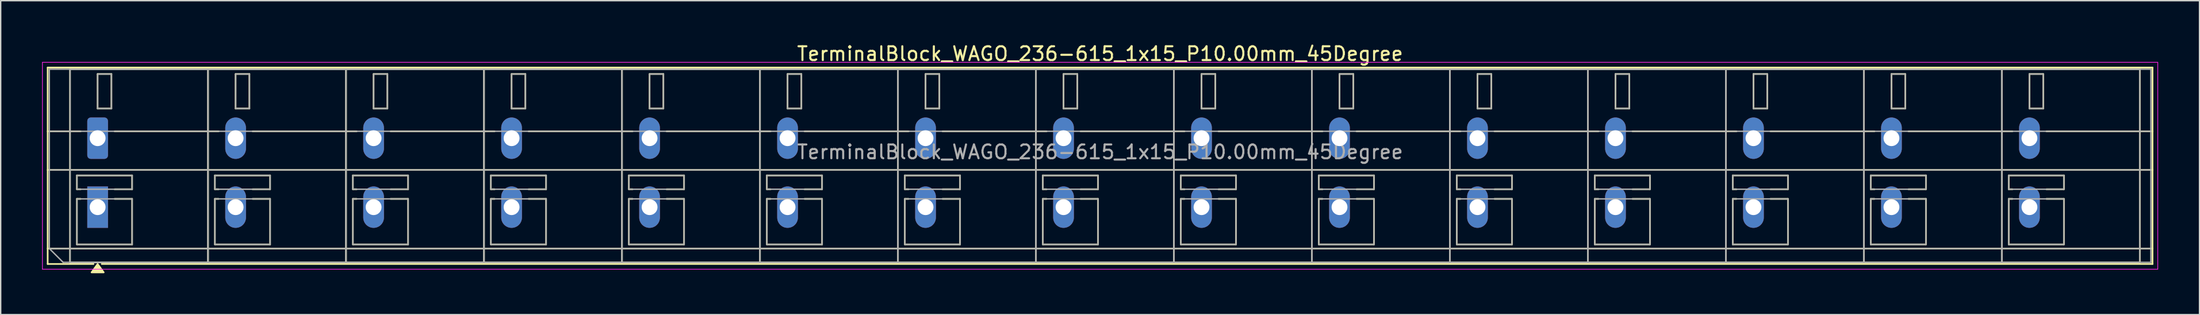
<source format=kicad_pcb>
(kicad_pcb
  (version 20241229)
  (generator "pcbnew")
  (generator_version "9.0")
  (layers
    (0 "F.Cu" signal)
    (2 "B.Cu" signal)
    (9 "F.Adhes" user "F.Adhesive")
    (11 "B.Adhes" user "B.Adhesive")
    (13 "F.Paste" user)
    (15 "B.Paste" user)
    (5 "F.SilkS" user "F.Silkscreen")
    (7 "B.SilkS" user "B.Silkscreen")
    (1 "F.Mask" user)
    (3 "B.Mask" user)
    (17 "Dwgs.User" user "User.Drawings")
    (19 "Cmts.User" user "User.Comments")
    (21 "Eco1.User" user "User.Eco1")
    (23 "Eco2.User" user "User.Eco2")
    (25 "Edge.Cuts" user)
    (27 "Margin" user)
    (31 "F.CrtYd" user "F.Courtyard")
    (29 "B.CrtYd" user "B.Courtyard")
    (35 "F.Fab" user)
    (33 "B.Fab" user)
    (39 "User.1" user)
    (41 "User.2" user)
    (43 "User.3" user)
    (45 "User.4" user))
  (footprint "TerminalBlock_WAGO_236-615_1x15_P10.00mm_45Degree"
    (layer "F.Cu")
    (at 4.025 6.968)
    (property "Reference" "TerminalBlock_WAGO_236-615_1x15_P10.00mm_45Degree" (at 72.65 -6.12 0) (layer "F.SilkS") (effects (font (size 1 1) (thickness 0.15))))
    (attr through_hole)
    (fp_line (start -3.62 -5.12) (end -3.62 9.12) (stroke (width 0.12) (type solid)) (layer "F.SilkS"))
    (fp_line (start -3.62 -5.12) (end 148.92 -5.12) (stroke (width 0.12) (type solid)) (layer "F.SilkS"))
    (fp_line (start -3.62 -0.5) (end -1.23 -0.5) (stroke (width 0.12) (type solid)) (layer "F.SilkS"))
    (fp_line (start -3.62 2.3) (end 148.92 2.3) (stroke (width 0.12) (type solid)) (layer "F.SilkS"))
    (fp_line (start -3.62 8) (end 148.92 8) (stroke (width 0.12) (type solid)) (layer "F.SilkS"))
    (fp_line (start -3.62 9.12) (end -0.3 9.12) (stroke (width 0.12) (type solid)) (layer "F.SilkS"))
    (fp_line (start -2 -5) (end -2 9) (stroke (width 0.12) (type solid)) (layer "F.SilkS"))
    (fp_line (start -2 -5) (end 8 -5) (stroke (width 0.12) (type solid)) (layer "F.SilkS"))
    (fp_line (start -2 9) (end 8 9) (stroke (width 0.12) (type solid)) (layer "F.SilkS"))
    (fp_line (start -1.5 2.7) (end -1.5 3.7) (stroke (width 0.12) (type solid)) (layer "F.SilkS"))
    (fp_line (start -1.5 2.7) (end 2.5 2.7) (stroke (width 0.12) (type solid)) (layer "F.SilkS"))
    (fp_line (start -1.5 3.7) (end -1.23 3.7) (stroke (width 0.12) (type solid)) (layer "F.SilkS"))
    (fp_line (start -1.5 4.4) (end -1.5 7.7) (stroke (width 0.12) (type solid)) (layer "F.SilkS"))
    (fp_line (start -1.5 4.4) (end -1.23 4.4) (stroke (width 0.12) (type solid)) (layer "F.SilkS"))
    (fp_line (start -1.5 7.7) (end 2.5 7.7) (stroke (width 0.12) (type solid)) (layer "F.SilkS"))
    (fp_line (start 0 -4.65) (end 0 -2.15) (stroke (width 0.12) (type solid)) (layer "F.SilkS"))
    (fp_line (start 0 -4.65) (end 1 -4.65) (stroke (width 0.12) (type solid)) (layer "F.SilkS"))
    (fp_line (start 0 -2.15) (end 1 -2.15) (stroke (width 0.12) (type solid)) (layer "F.SilkS"))
    (fp_line (start 0.3 9.12) (end 148.92 9.12) (stroke (width 0.12) (type solid)) (layer "F.SilkS"))
    (fp_line (start 1 -4.65) (end 1 -2.15) (stroke (width 0.12) (type solid)) (layer "F.SilkS"))
    (fp_line (start 1.23 -0.5) (end 8.77 -0.5) (stroke (width 0.12) (type solid)) (layer "F.SilkS"))
    (fp_line (start 1.23 3.7) (end 2.5 3.7) (stroke (width 0.12) (type solid)) (layer "F.SilkS"))
    (fp_line (start 1.23 4.4) (end 2.5 4.4) (stroke (width 0.12) (type solid)) (layer "F.SilkS"))
    (fp_line (start 2.5 2.7) (end 2.5 3.7) (stroke (width 0.12) (type solid)) (layer "F.SilkS"))
    (fp_line (start 2.5 4.4) (end 2.5 7.7) (stroke (width 0.12) (type solid)) (layer "F.SilkS"))
    (fp_line (start 8 -5) (end 8 9) (stroke (width 0.12) (type solid)) (layer "F.SilkS"))
    (fp_line (start 8 -5) (end 8 9) (stroke (width 0.12) (type solid)) (layer "F.SilkS"))
    (fp_line (start 8 -5) (end 18 -5) (stroke (width 0.12) (type solid)) (layer "F.SilkS"))
    (fp_line (start 8 9) (end 18 9) (stroke (width 0.12) (type solid)) (layer "F.SilkS"))
    (fp_line (start 8.5 2.7) (end 8.5 3.7) (stroke (width 0.12) (type solid)) (layer "F.SilkS"))
    (fp_line (start 8.5 2.7) (end 12.5 2.7) (stroke (width 0.12) (type solid)) (layer "F.SilkS"))
    (fp_line (start 8.5 3.7) (end 8.77 3.7) (stroke (width 0.12) (type solid)) (layer "F.SilkS"))
    (fp_line (start 8.5 4.4) (end 8.5 7.7) (stroke (width 0.12) (type solid)) (layer "F.SilkS"))
    (fp_line (start 8.5 4.4) (end 8.77 4.4) (stroke (width 0.12) (type solid)) (layer "F.SilkS"))
    (fp_line (start 8.5 7.7) (end 12.5 7.7) (stroke (width 0.12) (type solid)) (layer "F.SilkS"))
    (fp_line (start 10 -4.65) (end 10 -2.15) (stroke (width 0.12) (type solid)) (layer "F.SilkS"))
    (fp_line (start 10 -4.65) (end 11 -4.65) (stroke (width 0.12) (type solid)) (layer "F.SilkS"))
    (fp_line (start 10 -2.15) (end 11 -2.15) (stroke (width 0.12) (type solid)) (layer "F.SilkS"))
    (fp_line (start 11 -4.65) (end 11 -2.15) (stroke (width 0.12) (type solid)) (layer "F.SilkS"))
    (fp_line (start 11.23 -0.5) (end 18.77 -0.5) (stroke (width 0.12) (type solid)) (layer "F.SilkS"))
    (fp_line (start 11.23 3.7) (end 12.5 3.7) (stroke (width 0.12) (type solid)) (layer "F.SilkS"))
    (fp_line (start 11.23 4.4) (end 12.5 4.4) (stroke (width 0.12) (type solid)) (layer "F.SilkS"))
    (fp_line (start 12.5 2.7) (end 12.5 3.7) (stroke (width 0.12) (type solid)) (layer "F.SilkS"))
    (fp_line (start 12.5 4.4) (end 12.5 7.7) (stroke (width 0.12) (type solid)) (layer "F.SilkS"))
    (fp_line (start 18 -5) (end 18 9) (stroke (width 0.12) (type solid)) (layer "F.SilkS"))
    (fp_line (start 18 -5) (end 18 9) (stroke (width 0.12) (type solid)) (layer "F.SilkS"))
    (fp_line (start 18 -5) (end 28 -5) (stroke (width 0.12) (type solid)) (layer "F.SilkS"))
    (fp_line (start 18 9) (end 28 9) (stroke (width 0.12) (type solid)) (layer "F.SilkS"))
    (fp_line (start 18.5 2.7) (end 18.5 3.7) (stroke (width 0.12) (type solid)) (layer "F.SilkS"))
    (fp_line (start 18.5 2.7) (end 22.5 2.7) (stroke (width 0.12) (type solid)) (layer "F.SilkS"))
    (fp_line (start 18.5 3.7) (end 18.77 3.7) (stroke (width 0.12) (type solid)) (layer "F.SilkS"))
    (fp_line (start 18.5 4.4) (end 18.5 7.7) (stroke (width 0.12) (type solid)) (layer "F.SilkS"))
    (fp_line (start 18.5 4.4) (end 18.77 4.4) (stroke (width 0.12) (type solid)) (layer "F.SilkS"))
    (fp_line (start 18.5 7.7) (end 22.5 7.7) (stroke (width 0.12) (type solid)) (layer "F.SilkS"))
    (fp_line (start 20 -4.65) (end 20 -2.15) (stroke (width 0.12) (type solid)) (layer "F.SilkS"))
    (fp_line (start 20 -4.65) (end 21 -4.65) (stroke (width 0.12) (type solid)) (layer "F.SilkS"))
    (fp_line (start 20 -2.15) (end 21 -2.15) (stroke (width 0.12) (type solid)) (layer "F.SilkS"))
    (fp_line (start 21 -4.65) (end 21 -2.15) (stroke (width 0.12) (type solid)) (layer "F.SilkS"))
    (fp_line (start 21.23 -0.5) (end 28.77 -0.5) (stroke (width 0.12) (type solid)) (layer "F.SilkS"))
    (fp_line (start 21.23 3.7) (end 22.5 3.7) (stroke (width 0.12) (type solid)) (layer "F.SilkS"))
    (fp_line (start 21.23 4.4) (end 22.5 4.4) (stroke (width 0.12) (type solid)) (layer "F.SilkS"))
    (fp_line (start 22.5 2.7) (end 22.5 3.7) (stroke (width 0.12) (type solid)) (layer "F.SilkS"))
    (fp_line (start 22.5 4.4) (end 22.5 7.7) (stroke (width 0.12) (type solid)) (layer "F.SilkS"))
    (fp_line (start 28 -5) (end 28 9) (stroke (width 0.12) (type solid)) (layer "F.SilkS"))
    (fp_line (start 28 -5) (end 28 9) (stroke (width 0.12) (type solid)) (layer "F.SilkS"))
    (fp_line (start 28 -5) (end 38 -5) (stroke (width 0.12) (type solid)) (layer "F.SilkS"))
    (fp_line (start 28 9) (end 38 9) (stroke (width 0.12) (type solid)) (layer "F.SilkS"))
    (fp_line (start 28.5 2.7) (end 28.5 3.7) (stroke (width 0.12) (type solid)) (layer "F.SilkS"))
    (fp_line (start 28.5 2.7) (end 32.5 2.7) (stroke (width 0.12) (type solid)) (layer "F.SilkS"))
    (fp_line (start 28.5 3.7) (end 28.77 3.7) (stroke (width 0.12) (type solid)) (layer "F.SilkS"))
    (fp_line (start 28.5 4.4) (end 28.5 7.7) (stroke (width 0.12) (type solid)) (layer "F.SilkS"))
    (fp_line (start 28.5 4.4) (end 28.77 4.4) (stroke (width 0.12) (type solid)) (layer "F.SilkS"))
    (fp_line (start 28.5 7.7) (end 32.5 7.7) (stroke (width 0.12) (type solid)) (layer "F.SilkS"))
    (fp_line (start 30 -4.65) (end 30 -2.15) (stroke (width 0.12) (type solid)) (layer "F.SilkS"))
    (fp_line (start 30 -4.65) (end 31 -4.65) (stroke (width 0.12) (type solid)) (layer "F.SilkS"))
    (fp_line (start 30 -2.15) (end 31 -2.15) (stroke (width 0.12) (type solid)) (layer "F.SilkS"))
    (fp_line (start 31 -4.65) (end 31 -2.15) (stroke (width 0.12) (type solid)) (layer "F.SilkS"))
    (fp_line (start 31.23 -0.5) (end 38.77 -0.5) (stroke (width 0.12) (type solid)) (layer "F.SilkS"))
    (fp_line (start 31.23 3.7) (end 32.5 3.7) (stroke (width 0.12) (type solid)) (layer "F.SilkS"))
    (fp_line (start 31.23 4.4) (end 32.5 4.4) (stroke (width 0.12) (type solid)) (layer "F.SilkS"))
    (fp_line (start 32.5 2.7) (end 32.5 3.7) (stroke (width 0.12) (type solid)) (layer "F.SilkS"))
    (fp_line (start 32.5 4.4) (end 32.5 7.7) (stroke (width 0.12) (type solid)) (layer "F.SilkS"))
    (fp_line (start 38 -5) (end 38 9) (stroke (width 0.12) (type solid)) (layer "F.SilkS"))
    (fp_line (start 38 -5) (end 38 9) (stroke (width 0.12) (type solid)) (layer "F.SilkS"))
    (fp_line (start 38 -5) (end 48 -5) (stroke (width 0.12) (type solid)) (layer "F.SilkS"))
    (fp_line (start 38 9) (end 48 9) (stroke (width 0.12) (type solid)) (layer "F.SilkS"))
    (fp_line (start 38.5 2.7) (end 38.5 3.7) (stroke (width 0.12) (type solid)) (layer "F.SilkS"))
    (fp_line (start 38.5 2.7) (end 42.5 2.7) (stroke (width 0.12) (type solid)) (layer "F.SilkS"))
    (fp_line (start 38.5 3.7) (end 38.77 3.7) (stroke (width 0.12) (type solid)) (layer "F.SilkS"))
    (fp_line (start 38.5 4.4) (end 38.5 7.7) (stroke (width 0.12) (type solid)) (layer "F.SilkS"))
    (fp_line (start 38.5 4.4) (end 38.77 4.4) (stroke (width 0.12) (type solid)) (layer "F.SilkS"))
    (fp_line (start 38.5 7.7) (end 42.5 7.7) (stroke (width 0.12) (type solid)) (layer "F.SilkS"))
    (fp_line (start 40 -4.65) (end 40 -2.15) (stroke (width 0.12) (type solid)) (layer "F.SilkS"))
    (fp_line (start 40 -4.65) (end 41 -4.65) (stroke (width 0.12) (type solid)) (layer "F.SilkS"))
    (fp_line (start 40 -2.15) (end 41 -2.15) (stroke (width 0.12) (type solid)) (layer "F.SilkS"))
    (fp_line (start 41 -4.65) (end 41 -2.15) (stroke (width 0.12) (type solid)) (layer "F.SilkS"))
    (fp_line (start 41.23 -0.5) (end 48.77 -0.5) (stroke (width 0.12) (type solid)) (layer "F.SilkS"))
    (fp_line (start 41.23 3.7) (end 42.5 3.7) (stroke (width 0.12) (type solid)) (layer "F.SilkS"))
    (fp_line (start 41.23 4.4) (end 42.5 4.4) (stroke (width 0.12) (type solid)) (layer "F.SilkS"))
    (fp_line (start 42.5 2.7) (end 42.5 3.7) (stroke (width 0.12) (type solid)) (layer "F.SilkS"))
    (fp_line (start 42.5 4.4) (end 42.5 7.7) (stroke (width 0.12) (type solid)) (layer "F.SilkS"))
    (fp_line (start 48 -5) (end 48 9) (stroke (width 0.12) (type solid)) (layer "F.SilkS"))
    (fp_line (start 48 -5) (end 48 9) (stroke (width 0.12) (type solid)) (layer "F.SilkS"))
    (fp_line (start 48 -5) (end 58 -5) (stroke (width 0.12) (type solid)) (layer "F.SilkS"))
    (fp_line (start 48 9) (end 58 9) (stroke (width 0.12) (type solid)) (layer "F.SilkS"))
    (fp_line (start 48.5 2.7) (end 48.5 3.7) (stroke (width 0.12) (type solid)) (layer "F.SilkS"))
    (fp_line (start 48.5 2.7) (end 52.5 2.7) (stroke (width 0.12) (type solid)) (layer "F.SilkS"))
    (fp_line (start 48.5 3.7) (end 48.77 3.7) (stroke (width 0.12) (type solid)) (layer "F.SilkS"))
    (fp_line (start 48.5 4.4) (end 48.5 7.7) (stroke (width 0.12) (type solid)) (layer "F.SilkS"))
    (fp_line (start 48.5 4.4) (end 48.77 4.4) (stroke (width 0.12) (type solid)) (layer "F.SilkS"))
    (fp_line (start 48.5 7.7) (end 52.5 7.7) (stroke (width 0.12) (type solid)) (layer "F.SilkS"))
    (fp_line (start 50 -4.65) (end 50 -2.15) (stroke (width 0.12) (type solid)) (layer "F.SilkS"))
    (fp_line (start 50 -4.65) (end 51 -4.65) (stroke (width 0.12) (type solid)) (layer "F.SilkS"))
    (fp_line (start 50 -2.15) (end 51 -2.15) (stroke (width 0.12) (type solid)) (layer "F.SilkS"))
    (fp_line (start 51 -4.65) (end 51 -2.15) (stroke (width 0.12) (type solid)) (layer "F.SilkS"))
    (fp_line (start 51.23 -0.5) (end 58.77 -0.5) (stroke (width 0.12) (type solid)) (layer "F.SilkS"))
    (fp_line (start 51.23 3.7) (end 52.5 3.7) (stroke (width 0.12) (type solid)) (layer "F.SilkS"))
    (fp_line (start 51.23 4.4) (end 52.5 4.4) (stroke (width 0.12) (type solid)) (layer "F.SilkS"))
    (fp_line (start 52.5 2.7) (end 52.5 3.7) (stroke (width 0.12) (type solid)) (layer "F.SilkS"))
    (fp_line (start 52.5 4.4) (end 52.5 7.7) (stroke (width 0.12) (type solid)) (layer "F.SilkS"))
    (fp_line (start 58 -5) (end 58 9) (stroke (width 0.12) (type solid)) (layer "F.SilkS"))
    (fp_line (start 58 -5) (end 58 9) (stroke (width 0.12) (type solid)) (layer "F.SilkS"))
    (fp_line (start 58 -5) (end 68 -5) (stroke (width 0.12) (type solid)) (layer "F.SilkS"))
    (fp_line (start 58 9) (end 68 9) (stroke (width 0.12) (type solid)) (layer "F.SilkS"))
    (fp_line (start 58.5 2.7) (end 58.5 3.7) (stroke (width 0.12) (type solid)) (layer "F.SilkS"))
    (fp_line (start 58.5 2.7) (end 62.5 2.7) (stroke (width 0.12) (type solid)) (layer "F.SilkS"))
    (fp_line (start 58.5 3.7) (end 58.77 3.7) (stroke (width 0.12) (type solid)) (layer "F.SilkS"))
    (fp_line (start 58.5 4.4) (end 58.5 7.7) (stroke (width 0.12) (type solid)) (layer "F.SilkS"))
    (fp_line (start 58.5 4.4) (end 58.77 4.4) (stroke (width 0.12) (type solid)) (layer "F.SilkS"))
    (fp_line (start 58.5 7.7) (end 62.5 7.7) (stroke (width 0.12) (type solid)) (layer "F.SilkS"))
    (fp_line (start 60 -4.65) (end 60 -2.15) (stroke (width 0.12) (type solid)) (layer "F.SilkS"))
    (fp_line (start 60 -4.65) (end 61 -4.65) (stroke (width 0.12) (type solid)) (layer "F.SilkS"))
    (fp_line (start 60 -2.15) (end 61 -2.15) (stroke (width 0.12) (type solid)) (layer "F.SilkS"))
    (fp_line (start 61 -4.65) (end 61 -2.15) (stroke (width 0.12) (type solid)) (layer "F.SilkS"))
    (fp_line (start 61.23 -0.5) (end 68.77 -0.5) (stroke (width 0.12) (type solid)) (layer "F.SilkS"))
    (fp_line (start 61.23 3.7) (end 62.5 3.7) (stroke (width 0.12) (type solid)) (layer "F.SilkS"))
    (fp_line (start 61.23 4.4) (end 62.5 4.4) (stroke (width 0.12) (type solid)) (layer "F.SilkS"))
    (fp_line (start 62.5 2.7) (end 62.5 3.7) (stroke (width 0.12) (type solid)) (layer "F.SilkS"))
    (fp_line (start 62.5 4.4) (end 62.5 7.7) (stroke (width 0.12) (type solid)) (layer "F.SilkS"))
    (fp_line (start 68 -5) (end 68 9) (stroke (width 0.12) (type solid)) (layer "F.SilkS"))
    (fp_line (start 68 -5) (end 68 9) (stroke (width 0.12) (type solid)) (layer "F.SilkS"))
    (fp_line (start 68 -5) (end 78 -5) (stroke (width 0.12) (type solid)) (layer "F.SilkS"))
    (fp_line (start 68 9) (end 78 9) (stroke (width 0.12) (type solid)) (layer "F.SilkS"))
    (fp_line (start 68.5 2.7) (end 68.5 3.7) (stroke (width 0.12) (type solid)) (layer "F.SilkS"))
    (fp_line (start 68.5 2.7) (end 72.5 2.7) (stroke (width 0.12) (type solid)) (layer "F.SilkS"))
    (fp_line (start 68.5 3.7) (end 68.77 3.7) (stroke (width 0.12) (type solid)) (layer "F.SilkS"))
    (fp_line (start 68.5 4.4) (end 68.5 7.7) (stroke (width 0.12) (type solid)) (layer "F.SilkS"))
    (fp_line (start 68.5 4.4) (end 68.77 4.4) (stroke (width 0.12) (type solid)) (layer "F.SilkS"))
    (fp_line (start 68.5 7.7) (end 72.5 7.7) (stroke (width 0.12) (type solid)) (layer "F.SilkS"))
    (fp_line (start 70 -4.65) (end 70 -2.15) (stroke (width 0.12) (type solid)) (layer "F.SilkS"))
    (fp_line (start 70 -4.65) (end 71 -4.65) (stroke (width 0.12) (type solid)) (layer "F.SilkS"))
    (fp_line (start 70 -2.15) (end 71 -2.15) (stroke (width 0.12) (type solid)) (layer "F.SilkS"))
    (fp_line (start 71 -4.65) (end 71 -2.15) (stroke (width 0.12) (type solid)) (layer "F.SilkS"))
    (fp_line (start 71.23 -0.5) (end 78.77 -0.5) (stroke (width 0.12) (type solid)) (layer "F.SilkS"))
    (fp_line (start 71.23 3.7) (end 72.5 3.7) (stroke (width 0.12) (type solid)) (layer "F.SilkS"))
    (fp_line (start 71.23 4.4) (end 72.5 4.4) (stroke (width 0.12) (type solid)) (layer "F.SilkS"))
    (fp_line (start 72.5 2.7) (end 72.5 3.7) (stroke (width 0.12) (type solid)) (layer "F.SilkS"))
    (fp_line (start 72.5 4.4) (end 72.5 7.7) (stroke (width 0.12) (type solid)) (layer "F.SilkS"))
    (fp_line (start 78 -5) (end 78 9) (stroke (width 0.12) (type solid)) (layer "F.SilkS"))
    (fp_line (start 78 -5) (end 78 9) (stroke (width 0.12) (type solid)) (layer "F.SilkS"))
    (fp_line (start 78 -5) (end 88 -5) (stroke (width 0.12) (type solid)) (layer "F.SilkS"))
    (fp_line (start 78 9) (end 88 9) (stroke (width 0.12) (type solid)) (layer "F.SilkS"))
    (fp_line (start 78.5 2.7) (end 78.5 3.7) (stroke (width 0.12) (type solid)) (layer "F.SilkS"))
    (fp_line (start 78.5 2.7) (end 82.5 2.7) (stroke (width 0.12) (type solid)) (layer "F.SilkS"))
    (fp_line (start 78.5 3.7) (end 78.77 3.7) (stroke (width 0.12) (type solid)) (layer "F.SilkS"))
    (fp_line (start 78.5 4.4) (end 78.5 7.7) (stroke (width 0.12) (type solid)) (layer "F.SilkS"))
    (fp_line (start 78.5 4.4) (end 78.77 4.4) (stroke (width 0.12) (type solid)) (layer "F.SilkS"))
    (fp_line (start 78.5 7.7) (end 82.5 7.7) (stroke (width 0.12) (type solid)) (layer "F.SilkS"))
    (fp_line (start 80 -4.65) (end 80 -2.15) (stroke (width 0.12) (type solid)) (layer "F.SilkS"))
    (fp_line (start 80 -4.65) (end 81 -4.65) (stroke (width 0.12) (type solid)) (layer "F.SilkS"))
    (fp_line (start 80 -2.15) (end 81 -2.15) (stroke (width 0.12) (type solid)) (layer "F.SilkS"))
    (fp_line (start 81 -4.65) (end 81 -2.15) (stroke (width 0.12) (type solid)) (layer "F.SilkS"))
    (fp_line (start 81.23 -0.5) (end 88.77 -0.5) (stroke (width 0.12) (type solid)) (layer "F.SilkS"))
    (fp_line (start 81.23 3.7) (end 82.5 3.7) (stroke (width 0.12) (type solid)) (layer "F.SilkS"))
    (fp_line (start 81.23 4.4) (end 82.5 4.4) (stroke (width 0.12) (type solid)) (layer "F.SilkS"))
    (fp_line (start 82.5 2.7) (end 82.5 3.7) (stroke (width 0.12) (type solid)) (layer "F.SilkS"))
    (fp_line (start 82.5 4.4) (end 82.5 7.7) (stroke (width 0.12) (type solid)) (layer "F.SilkS"))
    (fp_line (start 88 -5) (end 88 9) (stroke (width 0.12) (type solid)) (layer "F.SilkS"))
    (fp_line (start 88 -5) (end 88 9) (stroke (width 0.12) (type solid)) (layer "F.SilkS"))
    (fp_line (start 88 -5) (end 98 -5) (stroke (width 0.12) (type solid)) (layer "F.SilkS"))
    (fp_line (start 88 9) (end 98 9) (stroke (width 0.12) (type solid)) (layer "F.SilkS"))
    (fp_line (start 88.5 2.7) (end 88.5 3.7) (stroke (width 0.12) (type solid)) (layer "F.SilkS"))
    (fp_line (start 88.5 2.7) (end 92.5 2.7) (stroke (width 0.12) (type solid)) (layer "F.SilkS"))
    (fp_line (start 88.5 3.7) (end 88.77 3.7) (stroke (width 0.12) (type solid)) (layer "F.SilkS"))
    (fp_line (start 88.5 4.4) (end 88.5 7.7) (stroke (width 0.12) (type solid)) (layer "F.SilkS"))
    (fp_line (start 88.5 4.4) (end 88.77 4.4) (stroke (width 0.12) (type solid)) (layer "F.SilkS"))
    (fp_line (start 88.5 7.7) (end 92.5 7.7) (stroke (width 0.12) (type solid)) (layer "F.SilkS"))
    (fp_line (start 90 -4.65) (end 90 -2.15) (stroke (width 0.12) (type solid)) (layer "F.SilkS"))
    (fp_line (start 90 -4.65) (end 91 -4.65) (stroke (width 0.12) (type solid)) (layer "F.SilkS"))
    (fp_line (start 90 -2.15) (end 91 -2.15) (stroke (width 0.12) (type solid)) (layer "F.SilkS"))
    (fp_line (start 91 -4.65) (end 91 -2.15) (stroke (width 0.12) (type solid)) (layer "F.SilkS"))
    (fp_line (start 91.23 -0.5) (end 98.77 -0.5) (stroke (width 0.12) (type solid)) (layer "F.SilkS"))
    (fp_line (start 91.23 3.7) (end 92.5 3.7) (stroke (width 0.12) (type solid)) (layer "F.SilkS"))
    (fp_line (start 91.23 4.4) (end 92.5 4.4) (stroke (width 0.12) (type solid)) (layer "F.SilkS"))
    (fp_line (start 92.5 2.7) (end 92.5 3.7) (stroke (width 0.12) (type solid)) (layer "F.SilkS"))
    (fp_line (start 92.5 4.4) (end 92.5 7.7) (stroke (width 0.12) (type solid)) (layer "F.SilkS"))
    (fp_line (start 98 -5) (end 98 9) (stroke (width 0.12) (type solid)) (layer "F.SilkS"))
    (fp_line (start 98 -5) (end 98 9) (stroke (width 0.12) (type solid)) (layer "F.SilkS"))
    (fp_line (start 98 -5) (end 108 -5) (stroke (width 0.12) (type solid)) (layer "F.SilkS"))
    (fp_line (start 98 9) (end 108 9) (stroke (width 0.12) (type solid)) (layer "F.SilkS"))
    (fp_line (start 98.5 2.7) (end 98.5 3.7) (stroke (width 0.12) (type solid)) (layer "F.SilkS"))
    (fp_line (start 98.5 2.7) (end 102.5 2.7) (stroke (width 0.12) (type solid)) (layer "F.SilkS"))
    (fp_line (start 98.5 3.7) (end 98.77 3.7) (stroke (width 0.12) (type solid)) (layer "F.SilkS"))
    (fp_line (start 98.5 4.4) (end 98.5 7.7) (stroke (width 0.12) (type solid)) (layer "F.SilkS"))
    (fp_line (start 98.5 4.4) (end 98.77 4.4) (stroke (width 0.12) (type solid)) (layer "F.SilkS"))
    (fp_line (start 98.5 7.7) (end 102.5 7.7) (stroke (width 0.12) (type solid)) (layer "F.SilkS"))
    (fp_line (start 100 -4.65) (end 100 -2.15) (stroke (width 0.12) (type solid)) (layer "F.SilkS"))
    (fp_line (start 100 -4.65) (end 101 -4.65) (stroke (width 0.12) (type solid)) (layer "F.SilkS"))
    (fp_line (start 100 -2.15) (end 101 -2.15) (stroke (width 0.12) (type solid)) (layer "F.SilkS"))
    (fp_line (start 101 -4.65) (end 101 -2.15) (stroke (width 0.12) (type solid)) (layer "F.SilkS"))
    (fp_line (start 101.23 -0.5) (end 108.77 -0.5) (stroke (width 0.12) (type solid)) (layer "F.SilkS"))
    (fp_line (start 101.23 3.7) (end 102.5 3.7) (stroke (width 0.12) (type solid)) (layer "F.SilkS"))
    (fp_line (start 101.23 4.4) (end 102.5 4.4) (stroke (width 0.12) (type solid)) (layer "F.SilkS"))
    (fp_line (start 102.5 2.7) (end 102.5 3.7) (stroke (width 0.12) (type solid)) (layer "F.SilkS"))
    (fp_line (start 102.5 4.4) (end 102.5 7.7) (stroke (width 0.12) (type solid)) (layer "F.SilkS"))
    (fp_line (start 108 -5) (end 108 9) (stroke (width 0.12) (type solid)) (layer "F.SilkS"))
    (fp_line (start 108 -5) (end 108 9) (stroke (width 0.12) (type solid)) (layer "F.SilkS"))
    (fp_line (start 108 -5) (end 118 -5) (stroke (width 0.12) (type solid)) (layer "F.SilkS"))
    (fp_line (start 108 9) (end 118 9) (stroke (width 0.12) (type solid)) (layer "F.SilkS"))
    (fp_line (start 108.5 2.7) (end 108.5 3.7) (stroke (width 0.12) (type solid)) (layer "F.SilkS"))
    (fp_line (start 108.5 2.7) (end 112.5 2.7) (stroke (width 0.12) (type solid)) (layer "F.SilkS"))
    (fp_line (start 108.5 3.7) (end 108.77 3.7) (stroke (width 0.12) (type solid)) (layer "F.SilkS"))
    (fp_line (start 108.5 4.4) (end 108.5 7.7) (stroke (width 0.12) (type solid)) (layer "F.SilkS"))
    (fp_line (start 108.5 4.4) (end 108.77 4.4) (stroke (width 0.12) (type solid)) (layer "F.SilkS"))
    (fp_line (start 108.5 7.7) (end 112.5 7.7) (stroke (width 0.12) (type solid)) (layer "F.SilkS"))
    (fp_line (start 110 -4.65) (end 110 -2.15) (stroke (width 0.12) (type solid)) (layer "F.SilkS"))
    (fp_line (start 110 -4.65) (end 111 -4.65) (stroke (width 0.12) (type solid)) (layer "F.SilkS"))
    (fp_line (start 110 -2.15) (end 111 -2.15) (stroke (width 0.12) (type solid)) (layer "F.SilkS"))
    (fp_line (start 111 -4.65) (end 111 -2.15) (stroke (width 0.12) (type solid)) (layer "F.SilkS"))
    (fp_line (start 111.23 -0.5) (end 118.77 -0.5) (stroke (width 0.12) (type solid)) (layer "F.SilkS"))
    (fp_line (start 111.23 3.7) (end 112.5 3.7) (stroke (width 0.12) (type solid)) (layer "F.SilkS"))
    (fp_line (start 111.23 4.4) (end 112.5 4.4) (stroke (width 0.12) (type solid)) (layer "F.SilkS"))
    (fp_line (start 112.5 2.7) (end 112.5 3.7) (stroke (width 0.12) (type solid)) (layer "F.SilkS"))
    (fp_line (start 112.5 4.4) (end 112.5 7.7) (stroke (width 0.12) (type solid)) (layer "F.SilkS"))
    (fp_line (start 118 -5) (end 118 9) (stroke (width 0.12) (type solid)) (layer "F.SilkS"))
    (fp_line (start 118 -5) (end 118 9) (stroke (width 0.12) (type solid)) (layer "F.SilkS"))
    (fp_line (start 118 -5) (end 128 -5) (stroke (width 0.12) (type solid)) (layer "F.SilkS"))
    (fp_line (start 118 9) (end 128 9) (stroke (width 0.12) (type solid)) (layer "F.SilkS"))
    (fp_line (start 118.5 2.7) (end 118.5 3.7) (stroke (width 0.12) (type solid)) (layer "F.SilkS"))
    (fp_line (start 118.5 2.7) (end 122.5 2.7) (stroke (width 0.12) (type solid)) (layer "F.SilkS"))
    (fp_line (start 118.5 3.7) (end 118.77 3.7) (stroke (width 0.12) (type solid)) (layer "F.SilkS"))
    (fp_line (start 118.5 4.4) (end 118.5 7.7) (stroke (width 0.12) (type solid)) (layer "F.SilkS"))
    (fp_line (start 118.5 4.4) (end 118.77 4.4) (stroke (width 0.12) (type solid)) (layer "F.SilkS"))
    (fp_line (start 118.5 7.7) (end 122.5 7.7) (stroke (width 0.12) (type solid)) (layer "F.SilkS"))
    (fp_line (start 120 -4.65) (end 120 -2.15) (stroke (width 0.12) (type solid)) (layer "F.SilkS"))
    (fp_line (start 120 -4.65) (end 121 -4.65) (stroke (width 0.12) (type solid)) (layer "F.SilkS"))
    (fp_line (start 120 -2.15) (end 121 -2.15) (stroke (width 0.12) (type solid)) (layer "F.SilkS"))
    (fp_line (start 121 -4.65) (end 121 -2.15) (stroke (width 0.12) (type solid)) (layer "F.SilkS"))
    (fp_line (start 121.23 -0.5) (end 128.77 -0.5) (stroke (width 0.12) (type solid)) (layer "F.SilkS"))
    (fp_line (start 121.23 3.7) (end 122.5 3.7) (stroke (width 0.12) (type solid)) (layer "F.SilkS"))
    (fp_line (start 121.23 4.4) (end 122.5 4.4) (stroke (width 0.12) (type solid)) (layer "F.SilkS"))
    (fp_line (start 122.5 2.7) (end 122.5 3.7) (stroke (width 0.12) (type solid)) (layer "F.SilkS"))
    (fp_line (start 122.5 4.4) (end 122.5 7.7) (stroke (width 0.12) (type solid)) (layer "F.SilkS"))
    (fp_line (start 128 -5) (end 128 9) (stroke (width 0.12) (type solid)) (layer "F.SilkS"))
    (fp_line (start 128 -5) (end 128 9) (stroke (width 0.12) (type solid)) (layer "F.SilkS"))
    (fp_line (start 128 -5) (end 138 -5) (stroke (width 0.12) (type solid)) (layer "F.SilkS"))
    (fp_line (start 128 9) (end 138 9) (stroke (width 0.12) (type solid)) (layer "F.SilkS"))
    (fp_line (start 128.5 2.7) (end 128.5 3.7) (stroke (width 0.12) (type solid)) (layer "F.SilkS"))
    (fp_line (start 128.5 2.7) (end 132.5 2.7) (stroke (width 0.12) (type solid)) (layer "F.SilkS"))
    (fp_line (start 128.5 3.7) (end 128.77 3.7) (stroke (width 0.12) (type solid)) (layer "F.SilkS"))
    (fp_line (start 128.5 4.4) (end 128.5 7.7) (stroke (width 0.12) (type solid)) (layer "F.SilkS"))
    (fp_line (start 128.5 4.4) (end 128.77 4.4) (stroke (width 0.12) (type solid)) (layer "F.SilkS"))
    (fp_line (start 128.5 7.7) (end 132.5 7.7) (stroke (width 0.12) (type solid)) (layer "F.SilkS"))
    (fp_line (start 130 -4.65) (end 130 -2.15) (stroke (width 0.12) (type solid)) (layer "F.SilkS"))
    (fp_line (start 130 -4.65) (end 131 -4.65) (stroke (width 0.12) (type solid)) (layer "F.SilkS"))
    (fp_line (start 130 -2.15) (end 131 -2.15) (stroke (width 0.12) (type solid)) (layer "F.SilkS"))
    (fp_line (start 131 -4.65) (end 131 -2.15) (stroke (width 0.12) (type solid)) (layer "F.SilkS"))
    (fp_line (start 131.23 -0.5) (end 138.77 -0.5) (stroke (width 0.12) (type solid)) (layer "F.SilkS"))
    (fp_line (start 131.23 3.7) (end 132.5 3.7) (stroke (width 0.12) (type solid)) (layer "F.SilkS"))
    (fp_line (start 131.23 4.4) (end 132.5 4.4) (stroke (width 0.12) (type solid)) (layer "F.SilkS"))
    (fp_line (start 132.5 2.7) (end 132.5 3.7) (stroke (width 0.12) (type solid)) (layer "F.SilkS"))
    (fp_line (start 132.5 4.4) (end 132.5 7.7) (stroke (width 0.12) (type solid)) (layer "F.SilkS"))
    (fp_line (start 138 -5) (end 138 9) (stroke (width 0.12) (type solid)) (layer "F.SilkS"))
    (fp_line (start 138 -5) (end 138 9) (stroke (width 0.12) (type solid)) (layer "F.SilkS"))
    (fp_line (start 138 -5) (end 148 -5) (stroke (width 0.12) (type solid)) (layer "F.SilkS"))
    (fp_line (start 138 9) (end 148 9) (stroke (width 0.12) (type solid)) (layer "F.SilkS"))
    (fp_line (start 138.5 2.7) (end 138.5 3.7) (stroke (width 0.12) (type solid)) (layer "F.SilkS"))
    (fp_line (start 138.5 2.7) (end 142.5 2.7) (stroke (width 0.12) (type solid)) (layer "F.SilkS"))
    (fp_line (start 138.5 3.7) (end 138.77 3.7) (stroke (width 0.12) (type solid)) (layer "F.SilkS"))
    (fp_line (start 138.5 4.4) (end 138.5 7.7) (stroke (width 0.12) (type solid)) (layer "F.SilkS"))
    (fp_line (start 138.5 4.4) (end 138.77 4.4) (stroke (width 0.12) (type solid)) (layer "F.SilkS"))
    (fp_line (start 138.5 7.7) (end 142.5 7.7) (stroke (width 0.12) (type solid)) (layer "F.SilkS"))
    (fp_line (start 140 -4.65) (end 140 -2.15) (stroke (width 0.12) (type solid)) (layer "F.SilkS"))
    (fp_line (start 140 -4.65) (end 141 -4.65) (stroke (width 0.12) (type solid)) (layer "F.SilkS"))
    (fp_line (start 140 -2.15) (end 141 -2.15) (stroke (width 0.12) (type solid)) (layer "F.SilkS"))
    (fp_line (start 141 -4.65) (end 141 -2.15) (stroke (width 0.12) (type solid)) (layer "F.SilkS"))
    (fp_line (start 141.23 -0.5) (end 148.92 -0.5) (stroke (width 0.12) (type solid)) (layer "F.SilkS"))
    (fp_line (start 141.23 3.7) (end 142.5 3.7) (stroke (width 0.12) (type solid)) (layer "F.SilkS"))
    (fp_line (start 141.23 4.4) (end 142.5 4.4) (stroke (width 0.12) (type solid)) (layer "F.SilkS"))
    (fp_line (start 142.5 2.7) (end 142.5 3.7) (stroke (width 0.12) (type solid)) (layer "F.SilkS"))
    (fp_line (start 142.5 4.4) (end 142.5 7.7) (stroke (width 0.12) (type solid)) (layer "F.SilkS"))
    (fp_line (start 148 -5) (end 148 9) (stroke (width 0.12) (type solid)) (layer "F.SilkS"))
    (fp_line (start 148.92 -5.12) (end 148.92 9.12) (stroke (width 0.12) (type solid)) (layer "F.SilkS"))
    (fp_poly (pts (xy 0 9.12) (xy 0.44 9.73) (xy -0.44 9.73)) (stroke (width 0.12) (type solid)) (fill yes) (layer "F.SilkS"))
    (fp_line (start -4 -5.5) (end -4 9.5) (stroke (width 0.05) (type solid)) (layer "F.CrtYd"))
    (fp_line (start -4 9.5) (end 149.3 9.5) (stroke (width 0.05) (type solid)) (layer "F.CrtYd"))
    (fp_line (start 149.3 -5.5) (end -4 -5.5) (stroke (width 0.05) (type solid)) (layer "F.CrtYd"))
    (fp_line (start 149.3 9.5) (end 149.3 -5.5) (stroke (width 0.05) (type solid)) (layer "F.CrtYd"))
    (fp_line (start -3.5 -5) (end 148.8 -5) (stroke (width 0.1) (type solid)) (layer "F.Fab"))
    (fp_line (start -3.5 -0.5) (end 148.8 -0.5) (stroke (width 0.1) (type solid)) (layer "F.Fab"))
    (fp_line (start -3.5 2.3) (end 148.8 2.3) (stroke (width 0.1) (type solid)) (layer "F.Fab"))
    (fp_line (start -3.5 8) (end -3.5 -5) (stroke (width 0.1) (type solid)) (layer "F.Fab"))
    (fp_line (start -3.5 8) (end 148.8 8) (stroke (width 0.1) (type solid)) (layer "F.Fab"))
    (fp_line (start -2.5 9) (end -3.5 8) (stroke (width 0.1) (type solid)) (layer "F.Fab"))
    (fp_line (start -2 -5) (end -2 9) (stroke (width 0.1) (type solid)) (layer "F.Fab"))
    (fp_line (start -2 9) (end 8 9) (stroke (width 0.1) (type solid)) (layer "F.Fab"))
    (fp_line (start -1.5 2.7) (end -1.5 3.7) (stroke (width 0.1) (type solid)) (layer "F.Fab"))
    (fp_line (start -1.5 3.7) (end 2.5 3.7) (stroke (width 0.1) (type solid)) (layer "F.Fab"))
    (fp_line (start -1.5 4.4) (end -1.5 7.7) (stroke (width 0.1) (type solid)) (layer "F.Fab"))
    (fp_line (start -1.5 7.7) (end 2.5 7.7) (stroke (width 0.1) (type solid)) (layer "F.Fab"))
    (fp_line (start 0 -4.65) (end 0 -2.15) (stroke (width 0.1) (type solid)) (layer "F.Fab"))
    (fp_line (start 0 -2.15) (end 1 -2.15) (stroke (width 0.1) (type solid)) (layer "F.Fab"))
    (fp_line (start 1 -4.65) (end 0 -4.65) (stroke (width 0.1) (type solid)) (layer "F.Fab"))
    (fp_line (start 1 -2.15) (end 1 -4.65) (stroke (width 0.1) (type solid)) (layer "F.Fab"))
    (fp_line (start 2.5 2.7) (end -1.5 2.7) (stroke (width 0.1) (type solid)) (layer "F.Fab"))
    (fp_line (start 2.5 3.7) (end 2.5 2.7) (stroke (width 0.1) (type solid)) (layer "F.Fab"))
    (fp_line (start 2.5 4.4) (end -1.5 4.4) (stroke (width 0.1) (type solid)) (layer "F.Fab"))
    (fp_line (start 2.5 7.7) (end 2.5 4.4) (stroke (width 0.1) (type solid)) (layer "F.Fab"))
    (fp_line (start 8 -5) (end -2 -5) (stroke (width 0.1) (type solid)) (layer "F.Fab"))
    (fp_line (start 8 -5) (end 8 9) (stroke (width 0.1) (type solid)) (layer "F.Fab"))
    (fp_line (start 8 9) (end 8 -5) (stroke (width 0.1) (type solid)) (layer "F.Fab"))
    (fp_line (start 8 9) (end 18 9) (stroke (width 0.1) (type solid)) (layer "F.Fab"))
    (fp_line (start 8.5 2.7) (end 8.5 3.7) (stroke (width 0.1) (type solid)) (layer "F.Fab"))
    (fp_line (start 8.5 3.7) (end 12.5 3.7) (stroke (width 0.1) (type solid)) (layer "F.Fab"))
    (fp_line (start 8.5 4.4) (end 8.5 7.7) (stroke (width 0.1) (type solid)) (layer "F.Fab"))
    (fp_line (start 8.5 7.7) (end 12.5 7.7) (stroke (width 0.1) (type solid)) (layer "F.Fab"))
    (fp_line (start 10 -4.65) (end 10 -2.15) (stroke (width 0.1) (type solid)) (layer "F.Fab"))
    (fp_line (start 10 -2.15) (end 11 -2.15) (stroke (width 0.1) (type solid)) (layer "F.Fab"))
    (fp_line (start 11 -4.65) (end 10 -4.65) (stroke (width 0.1) (type solid)) (layer "F.Fab"))
    (fp_line (start 11 -2.15) (end 11 -4.65) (stroke (width 0.1) (type solid)) (layer "F.Fab"))
    (fp_line (start 12.5 2.7) (end 8.5 2.7) (stroke (width 0.1) (type solid)) (layer "F.Fab"))
    (fp_line (start 12.5 3.7) (end 12.5 2.7) (stroke (width 0.1) (type solid)) (layer "F.Fab"))
    (fp_line (start 12.5 4.4) (end 8.5 4.4) (stroke (width 0.1) (type solid)) (layer "F.Fab"))
    (fp_line (start 12.5 7.7) (end 12.5 4.4) (stroke (width 0.1) (type solid)) (layer "F.Fab"))
    (fp_line (start 18 -5) (end 8 -5) (stroke (width 0.1) (type solid)) (layer "F.Fab"))
    (fp_line (start 18 -5) (end 18 9) (stroke (width 0.1) (type solid)) (layer "F.Fab"))
    (fp_line (start 18 9) (end 18 -5) (stroke (width 0.1) (type solid)) (layer "F.Fab"))
    (fp_line (start 18 9) (end 28 9) (stroke (width 0.1) (type solid)) (layer "F.Fab"))
    (fp_line (start 18.5 2.7) (end 18.5 3.7) (stroke (width 0.1) (type solid)) (layer "F.Fab"))
    (fp_line (start 18.5 3.7) (end 22.5 3.7) (stroke (width 0.1) (type solid)) (layer "F.Fab"))
    (fp_line (start 18.5 4.4) (end 18.5 7.7) (stroke (width 0.1) (type solid)) (layer "F.Fab"))
    (fp_line (start 18.5 7.7) (end 22.5 7.7) (stroke (width 0.1) (type solid)) (layer "F.Fab"))
    (fp_line (start 20 -4.65) (end 20 -2.15) (stroke (width 0.1) (type solid)) (layer "F.Fab"))
    (fp_line (start 20 -2.15) (end 21 -2.15) (stroke (width 0.1) (type solid)) (layer "F.Fab"))
    (fp_line (start 21 -4.65) (end 20 -4.65) (stroke (width 0.1) (type solid)) (layer "F.Fab"))
    (fp_line (start 21 -2.15) (end 21 -4.65) (stroke (width 0.1) (type solid)) (layer "F.Fab"))
    (fp_line (start 22.5 2.7) (end 18.5 2.7) (stroke (width 0.1) (type solid)) (layer "F.Fab"))
    (fp_line (start 22.5 3.7) (end 22.5 2.7) (stroke (width 0.1) (type solid)) (layer "F.Fab"))
    (fp_line (start 22.5 4.4) (end 18.5 4.4) (stroke (width 0.1) (type solid)) (layer "F.Fab"))
    (fp_line (start 22.5 7.7) (end 22.5 4.4) (stroke (width 0.1) (type solid)) (layer "F.Fab"))
    (fp_line (start 28 -5) (end 18 -5) (stroke (width 0.1) (type solid)) (layer "F.Fab"))
    (fp_line (start 28 -5) (end 28 9) (stroke (width 0.1) (type solid)) (layer "F.Fab"))
    (fp_line (start 28 9) (end 28 -5) (stroke (width 0.1) (type solid)) (layer "F.Fab"))
    (fp_line (start 28 9) (end 38 9) (stroke (width 0.1) (type solid)) (layer "F.Fab"))
    (fp_line (start 28.5 2.7) (end 28.5 3.7) (stroke (width 0.1) (type solid)) (layer "F.Fab"))
    (fp_line (start 28.5 3.7) (end 32.5 3.7) (stroke (width 0.1) (type solid)) (layer "F.Fab"))
    (fp_line (start 28.5 4.4) (end 28.5 7.7) (stroke (width 0.1) (type solid)) (layer "F.Fab"))
    (fp_line (start 28.5 7.7) (end 32.5 7.7) (stroke (width 0.1) (type solid)) (layer "F.Fab"))
    (fp_line (start 30 -4.65) (end 30 -2.15) (stroke (width 0.1) (type solid)) (layer "F.Fab"))
    (fp_line (start 30 -2.15) (end 31 -2.15) (stroke (width 0.1) (type solid)) (layer "F.Fab"))
    (fp_line (start 31 -4.65) (end 30 -4.65) (stroke (width 0.1) (type solid)) (layer "F.Fab"))
    (fp_line (start 31 -2.15) (end 31 -4.65) (stroke (width 0.1) (type solid)) (layer "F.Fab"))
    (fp_line (start 32.5 2.7) (end 28.5 2.7) (stroke (width 0.1) (type solid)) (layer "F.Fab"))
    (fp_line (start 32.5 3.7) (end 32.5 2.7) (stroke (width 0.1) (type solid)) (layer "F.Fab"))
    (fp_line (start 32.5 4.4) (end 28.5 4.4) (stroke (width 0.1) (type solid)) (layer "F.Fab"))
    (fp_line (start 32.5 7.7) (end 32.5 4.4) (stroke (width 0.1) (type solid)) (layer "F.Fab"))
    (fp_line (start 38 -5) (end 28 -5) (stroke (width 0.1) (type solid)) (layer "F.Fab"))
    (fp_line (start 38 -5) (end 38 9) (stroke (width 0.1) (type solid)) (layer "F.Fab"))
    (fp_line (start 38 9) (end 38 -5) (stroke (width 0.1) (type solid)) (layer "F.Fab"))
    (fp_line (start 38 9) (end 48 9) (stroke (width 0.1) (type solid)) (layer "F.Fab"))
    (fp_line (start 38.5 2.7) (end 38.5 3.7) (stroke (width 0.1) (type solid)) (layer "F.Fab"))
    (fp_line (start 38.5 3.7) (end 42.5 3.7) (stroke (width 0.1) (type solid)) (layer "F.Fab"))
    (fp_line (start 38.5 4.4) (end 38.5 7.7) (stroke (width 0.1) (type solid)) (layer "F.Fab"))
    (fp_line (start 38.5 7.7) (end 42.5 7.7) (stroke (width 0.1) (type solid)) (layer "F.Fab"))
    (fp_line (start 40 -4.65) (end 40 -2.15) (stroke (width 0.1) (type solid)) (layer "F.Fab"))
    (fp_line (start 40 -2.15) (end 41 -2.15) (stroke (width 0.1) (type solid)) (layer "F.Fab"))
    (fp_line (start 41 -4.65) (end 40 -4.65) (stroke (width 0.1) (type solid)) (layer "F.Fab"))
    (fp_line (start 41 -2.15) (end 41 -4.65) (stroke (width 0.1) (type solid)) (layer "F.Fab"))
    (fp_line (start 42.5 2.7) (end 38.5 2.7) (stroke (width 0.1) (type solid)) (layer "F.Fab"))
    (fp_line (start 42.5 3.7) (end 42.5 2.7) (stroke (width 0.1) (type solid)) (layer "F.Fab"))
    (fp_line (start 42.5 4.4) (end 38.5 4.4) (stroke (width 0.1) (type solid)) (layer "F.Fab"))
    (fp_line (start 42.5 7.7) (end 42.5 4.4) (stroke (width 0.1) (type solid)) (layer "F.Fab"))
    (fp_line (start 48 -5) (end 38 -5) (stroke (width 0.1) (type solid)) (layer "F.Fab"))
    (fp_line (start 48 -5) (end 48 9) (stroke (width 0.1) (type solid)) (layer "F.Fab"))
    (fp_line (start 48 9) (end 48 -5) (stroke (width 0.1) (type solid)) (layer "F.Fab"))
    (fp_line (start 48 9) (end 58 9) (stroke (width 0.1) (type solid)) (layer "F.Fab"))
    (fp_line (start 48.5 2.7) (end 48.5 3.7) (stroke (width 0.1) (type solid)) (layer "F.Fab"))
    (fp_line (start 48.5 3.7) (end 52.5 3.7) (stroke (width 0.1) (type solid)) (layer "F.Fab"))
    (fp_line (start 48.5 4.4) (end 48.5 7.7) (stroke (width 0.1) (type solid)) (layer "F.Fab"))
    (fp_line (start 48.5 7.7) (end 52.5 7.7) (stroke (width 0.1) (type solid)) (layer "F.Fab"))
    (fp_line (start 50 -4.65) (end 50 -2.15) (stroke (width 0.1) (type solid)) (layer "F.Fab"))
    (fp_line (start 50 -2.15) (end 51 -2.15) (stroke (width 0.1) (type solid)) (layer "F.Fab"))
    (fp_line (start 51 -4.65) (end 50 -4.65) (stroke (width 0.1) (type solid)) (layer "F.Fab"))
    (fp_line (start 51 -2.15) (end 51 -4.65) (stroke (width 0.1) (type solid)) (layer "F.Fab"))
    (fp_line (start 52.5 2.7) (end 48.5 2.7) (stroke (width 0.1) (type solid)) (layer "F.Fab"))
    (fp_line (start 52.5 3.7) (end 52.5 2.7) (stroke (width 0.1) (type solid)) (layer "F.Fab"))
    (fp_line (start 52.5 4.4) (end 48.5 4.4) (stroke (width 0.1) (type solid)) (layer "F.Fab"))
    (fp_line (start 52.5 7.7) (end 52.5 4.4) (stroke (width 0.1) (type solid)) (layer "F.Fab"))
    (fp_line (start 58 -5) (end 48 -5) (stroke (width 0.1) (type solid)) (layer "F.Fab"))
    (fp_line (start 58 -5) (end 58 9) (stroke (width 0.1) (type solid)) (layer "F.Fab"))
    (fp_line (start 58 9) (end 58 -5) (stroke (width 0.1) (type solid)) (layer "F.Fab"))
    (fp_line (start 58 9) (end 68 9) (stroke (width 0.1) (type solid)) (layer "F.Fab"))
    (fp_line (start 58.5 2.7) (end 58.5 3.7) (stroke (width 0.1) (type solid)) (layer "F.Fab"))
    (fp_line (start 58.5 3.7) (end 62.5 3.7) (stroke (width 0.1) (type solid)) (layer "F.Fab"))
    (fp_line (start 58.5 4.4) (end 58.5 7.7) (stroke (width 0.1) (type solid)) (layer "F.Fab"))
    (fp_line (start 58.5 7.7) (end 62.5 7.7) (stroke (width 0.1) (type solid)) (layer "F.Fab"))
    (fp_line (start 60 -4.65) (end 60 -2.15) (stroke (width 0.1) (type solid)) (layer "F.Fab"))
    (fp_line (start 60 -2.15) (end 61 -2.15) (stroke (width 0.1) (type solid)) (layer "F.Fab"))
    (fp_line (start 61 -4.65) (end 60 -4.65) (stroke (width 0.1) (type solid)) (layer "F.Fab"))
    (fp_line (start 61 -2.15) (end 61 -4.65) (stroke (width 0.1) (type solid)) (layer "F.Fab"))
    (fp_line (start 62.5 2.7) (end 58.5 2.7) (stroke (width 0.1) (type solid)) (layer "F.Fab"))
    (fp_line (start 62.5 3.7) (end 62.5 2.7) (stroke (width 0.1) (type solid)) (layer "F.Fab"))
    (fp_line (start 62.5 4.4) (end 58.5 4.4) (stroke (width 0.1) (type solid)) (layer "F.Fab"))
    (fp_line (start 62.5 7.7) (end 62.5 4.4) (stroke (width 0.1) (type solid)) (layer "F.Fab"))
    (fp_line (start 68 -5) (end 58 -5) (stroke (width 0.1) (type solid)) (layer "F.Fab"))
    (fp_line (start 68 -5) (end 68 9) (stroke (width 0.1) (type solid)) (layer "F.Fab"))
    (fp_line (start 68 9) (end 68 -5) (stroke (width 0.1) (type solid)) (layer "F.Fab"))
    (fp_line (start 68 9) (end 78 9) (stroke (width 0.1) (type solid)) (layer "F.Fab"))
    (fp_line (start 68.5 2.7) (end 68.5 3.7) (stroke (width 0.1) (type solid)) (layer "F.Fab"))
    (fp_line (start 68.5 3.7) (end 72.5 3.7) (stroke (width 0.1) (type solid)) (layer "F.Fab"))
    (fp_line (start 68.5 4.4) (end 68.5 7.7) (stroke (width 0.1) (type solid)) (layer "F.Fab"))
    (fp_line (start 68.5 7.7) (end 72.5 7.7) (stroke (width 0.1) (type solid)) (layer "F.Fab"))
    (fp_line (start 70 -4.65) (end 70 -2.15) (stroke (width 0.1) (type solid)) (layer "F.Fab"))
    (fp_line (start 70 -2.15) (end 71 -2.15) (stroke (width 0.1) (type solid)) (layer "F.Fab"))
    (fp_line (start 71 -4.65) (end 70 -4.65) (stroke (width 0.1) (type solid)) (layer "F.Fab"))
    (fp_line (start 71 -2.15) (end 71 -4.65) (stroke (width 0.1) (type solid)) (layer "F.Fab"))
    (fp_line (start 72.5 2.7) (end 68.5 2.7) (stroke (width 0.1) (type solid)) (layer "F.Fab"))
    (fp_line (start 72.5 3.7) (end 72.5 2.7) (stroke (width 0.1) (type solid)) (layer "F.Fab"))
    (fp_line (start 72.5 4.4) (end 68.5 4.4) (stroke (width 0.1) (type solid)) (layer "F.Fab"))
    (fp_line (start 72.5 7.7) (end 72.5 4.4) (stroke (width 0.1) (type solid)) (layer "F.Fab"))
    (fp_line (start 78 -5) (end 68 -5) (stroke (width 0.1) (type solid)) (layer "F.Fab"))
    (fp_line (start 78 -5) (end 78 9) (stroke (width 0.1) (type solid)) (layer "F.Fab"))
    (fp_line (start 78 9) (end 78 -5) (stroke (width 0.1) (type solid)) (layer "F.Fab"))
    (fp_line (start 78 9) (end 88 9) (stroke (width 0.1) (type solid)) (layer "F.Fab"))
    (fp_line (start 78.5 2.7) (end 78.5 3.7) (stroke (width 0.1) (type solid)) (layer "F.Fab"))
    (fp_line (start 78.5 3.7) (end 82.5 3.7) (stroke (width 0.1) (type solid)) (layer "F.Fab"))
    (fp_line (start 78.5 4.4) (end 78.5 7.7) (stroke (width 0.1) (type solid)) (layer "F.Fab"))
    (fp_line (start 78.5 7.7) (end 82.5 7.7) (stroke (width 0.1) (type solid)) (layer "F.Fab"))
    (fp_line (start 80 -4.65) (end 80 -2.15) (stroke (width 0.1) (type solid)) (layer "F.Fab"))
    (fp_line (start 80 -2.15) (end 81 -2.15) (stroke (width 0.1) (type solid)) (layer "F.Fab"))
    (fp_line (start 81 -4.65) (end 80 -4.65) (stroke (width 0.1) (type solid)) (layer "F.Fab"))
    (fp_line (start 81 -2.15) (end 81 -4.65) (stroke (width 0.1) (type solid)) (layer "F.Fab"))
    (fp_line (start 82.5 2.7) (end 78.5 2.7) (stroke (width 0.1) (type solid)) (layer "F.Fab"))
    (fp_line (start 82.5 3.7) (end 82.5 2.7) (stroke (width 0.1) (type solid)) (layer "F.Fab"))
    (fp_line (start 82.5 4.4) (end 78.5 4.4) (stroke (width 0.1) (type solid)) (layer "F.Fab"))
    (fp_line (start 82.5 7.7) (end 82.5 4.4) (stroke (width 0.1) (type solid)) (layer "F.Fab"))
    (fp_line (start 88 -5) (end 78 -5) (stroke (width 0.1) (type solid)) (layer "F.Fab"))
    (fp_line (start 88 -5) (end 88 9) (stroke (width 0.1) (type solid)) (layer "F.Fab"))
    (fp_line (start 88 9) (end 88 -5) (stroke (width 0.1) (type solid)) (layer "F.Fab"))
    (fp_line (start 88 9) (end 98 9) (stroke (width 0.1) (type solid)) (layer "F.Fab"))
    (fp_line (start 88.5 2.7) (end 88.5 3.7) (stroke (width 0.1) (type solid)) (layer "F.Fab"))
    (fp_line (start 88.5 3.7) (end 92.5 3.7) (stroke (width 0.1) (type solid)) (layer "F.Fab"))
    (fp_line (start 88.5 4.4) (end 88.5 7.7) (stroke (width 0.1) (type solid)) (layer "F.Fab"))
    (fp_line (start 88.5 7.7) (end 92.5 7.7) (stroke (width 0.1) (type solid)) (layer "F.Fab"))
    (fp_line (start 90 -4.65) (end 90 -2.15) (stroke (width 0.1) (type solid)) (layer "F.Fab"))
    (fp_line (start 90 -2.15) (end 91 -2.15) (stroke (width 0.1) (type solid)) (layer "F.Fab"))
    (fp_line (start 91 -4.65) (end 90 -4.65) (stroke (width 0.1) (type solid)) (layer "F.Fab"))
    (fp_line (start 91 -2.15) (end 91 -4.65) (stroke (width 0.1) (type solid)) (layer "F.Fab"))
    (fp_line (start 92.5 2.7) (end 88.5 2.7) (stroke (width 0.1) (type solid)) (layer "F.Fab"))
    (fp_line (start 92.5 3.7) (end 92.5 2.7) (stroke (width 0.1) (type solid)) (layer "F.Fab"))
    (fp_line (start 92.5 4.4) (end 88.5 4.4) (stroke (width 0.1) (type solid)) (layer "F.Fab"))
    (fp_line (start 92.5 7.7) (end 92.5 4.4) (stroke (width 0.1) (type solid)) (layer "F.Fab"))
    (fp_line (start 98 -5) (end 88 -5) (stroke (width 0.1) (type solid)) (layer "F.Fab"))
    (fp_line (start 98 -5) (end 98 9) (stroke (width 0.1) (type solid)) (layer "F.Fab"))
    (fp_line (start 98 9) (end 98 -5) (stroke (width 0.1) (type solid)) (layer "F.Fab"))
    (fp_line (start 98 9) (end 108 9) (stroke (width 0.1) (type solid)) (layer "F.Fab"))
    (fp_line (start 98.5 2.7) (end 98.5 3.7) (stroke (width 0.1) (type solid)) (layer "F.Fab"))
    (fp_line (start 98.5 3.7) (end 102.5 3.7) (stroke (width 0.1) (type solid)) (layer "F.Fab"))
    (fp_line (start 98.5 4.4) (end 98.5 7.7) (stroke (width 0.1) (type solid)) (layer "F.Fab"))
    (fp_line (start 98.5 7.7) (end 102.5 7.7) (stroke (width 0.1) (type solid)) (layer "F.Fab"))
    (fp_line (start 100 -4.65) (end 100 -2.15) (stroke (width 0.1) (type solid)) (layer "F.Fab"))
    (fp_line (start 100 -2.15) (end 101 -2.15) (stroke (width 0.1) (type solid)) (layer "F.Fab"))
    (fp_line (start 101 -4.65) (end 100 -4.65) (stroke (width 0.1) (type solid)) (layer "F.Fab"))
    (fp_line (start 101 -2.15) (end 101 -4.65) (stroke (width 0.1) (type solid)) (layer "F.Fab"))
    (fp_line (start 102.5 2.7) (end 98.5 2.7) (stroke (width 0.1) (type solid)) (layer "F.Fab"))
    (fp_line (start 102.5 3.7) (end 102.5 2.7) (stroke (width 0.1) (type solid)) (layer "F.Fab"))
    (fp_line (start 102.5 4.4) (end 98.5 4.4) (stroke (width 0.1) (type solid)) (layer "F.Fab"))
    (fp_line (start 102.5 7.7) (end 102.5 4.4) (stroke (width 0.1) (type solid)) (layer "F.Fab"))
    (fp_line (start 108 -5) (end 98 -5) (stroke (width 0.1) (type solid)) (layer "F.Fab"))
    (fp_line (start 108 -5) (end 108 9) (stroke (width 0.1) (type solid)) (layer "F.Fab"))
    (fp_line (start 108 9) (end 108 -5) (stroke (width 0.1) (type solid)) (layer "F.Fab"))
    (fp_line (start 108 9) (end 118 9) (stroke (width 0.1) (type solid)) (layer "F.Fab"))
    (fp_line (start 108.5 2.7) (end 108.5 3.7) (stroke (width 0.1) (type solid)) (layer "F.Fab"))
    (fp_line (start 108.5 3.7) (end 112.5 3.7) (stroke (width 0.1) (type solid)) (layer "F.Fab"))
    (fp_line (start 108.5 4.4) (end 108.5 7.7) (stroke (width 0.1) (type solid)) (layer "F.Fab"))
    (fp_line (start 108.5 7.7) (end 112.5 7.7) (stroke (width 0.1) (type solid)) (layer "F.Fab"))
    (fp_line (start 110 -4.65) (end 110 -2.15) (stroke (width 0.1) (type solid)) (layer "F.Fab"))
    (fp_line (start 110 -2.15) (end 111 -2.15) (stroke (width 0.1) (type solid)) (layer "F.Fab"))
    (fp_line (start 111 -4.65) (end 110 -4.65) (stroke (width 0.1) (type solid)) (layer "F.Fab"))
    (fp_line (start 111 -2.15) (end 111 -4.65) (stroke (width 0.1) (type solid)) (layer "F.Fab"))
    (fp_line (start 112.5 2.7) (end 108.5 2.7) (stroke (width 0.1) (type solid)) (layer "F.Fab"))
    (fp_line (start 112.5 3.7) (end 112.5 2.7) (stroke (width 0.1) (type solid)) (layer "F.Fab"))
    (fp_line (start 112.5 4.4) (end 108.5 4.4) (stroke (width 0.1) (type solid)) (layer "F.Fab"))
    (fp_line (start 112.5 7.7) (end 112.5 4.4) (stroke (width 0.1) (type solid)) (layer "F.Fab"))
    (fp_line (start 118 -5) (end 108 -5) (stroke (width 0.1) (type solid)) (layer "F.Fab"))
    (fp_line (start 118 -5) (end 118 9) (stroke (width 0.1) (type solid)) (layer "F.Fab"))
    (fp_line (start 118 9) (end 118 -5) (stroke (width 0.1) (type solid)) (layer "F.Fab"))
    (fp_line (start 118 9) (end 128 9) (stroke (width 0.1) (type solid)) (layer "F.Fab"))
    (fp_line (start 118.5 2.7) (end 118.5 3.7) (stroke (width 0.1) (type solid)) (layer "F.Fab"))
    (fp_line (start 118.5 3.7) (end 122.5 3.7) (stroke (width 0.1) (type solid)) (layer "F.Fab"))
    (fp_line (start 118.5 4.4) (end 118.5 7.7) (stroke (width 0.1) (type solid)) (layer "F.Fab"))
    (fp_line (start 118.5 7.7) (end 122.5 7.7) (stroke (width 0.1) (type solid)) (layer "F.Fab"))
    (fp_line (start 120 -4.65) (end 120 -2.15) (stroke (width 0.1) (type solid)) (layer "F.Fab"))
    (fp_line (start 120 -2.15) (end 121 -2.15) (stroke (width 0.1) (type solid)) (layer "F.Fab"))
    (fp_line (start 121 -4.65) (end 120 -4.65) (stroke (width 0.1) (type solid)) (layer "F.Fab"))
    (fp_line (start 121 -2.15) (end 121 -4.65) (stroke (width 0.1) (type solid)) (layer "F.Fab"))
    (fp_line (start 122.5 2.7) (end 118.5 2.7) (stroke (width 0.1) (type solid)) (layer "F.Fab"))
    (fp_line (start 122.5 3.7) (end 122.5 2.7) (stroke (width 0.1) (type solid)) (layer "F.Fab"))
    (fp_line (start 122.5 4.4) (end 118.5 4.4) (stroke (width 0.1) (type solid)) (layer "F.Fab"))
    (fp_line (start 122.5 7.7) (end 122.5 4.4) (stroke (width 0.1) (type solid)) (layer "F.Fab"))
    (fp_line (start 128 -5) (end 118 -5) (stroke (width 0.1) (type solid)) (layer "F.Fab"))
    (fp_line (start 128 -5) (end 128 9) (stroke (width 0.1) (type solid)) (layer "F.Fab"))
    (fp_line (start 128 9) (end 128 -5) (stroke (width 0.1) (type solid)) (layer "F.Fab"))
    (fp_line (start 128 9) (end 138 9) (stroke (width 0.1) (type solid)) (layer "F.Fab"))
    (fp_line (start 128.5 2.7) (end 128.5 3.7) (stroke (width 0.1) (type solid)) (layer "F.Fab"))
    (fp_line (start 128.5 3.7) (end 132.5 3.7) (stroke (width 0.1) (type solid)) (layer "F.Fab"))
    (fp_line (start 128.5 4.4) (end 128.5 7.7) (stroke (width 0.1) (type solid)) (layer "F.Fab"))
    (fp_line (start 128.5 7.7) (end 132.5 7.7) (stroke (width 0.1) (type solid)) (layer "F.Fab"))
    (fp_line (start 130 -4.65) (end 130 -2.15) (stroke (width 0.1) (type solid)) (layer "F.Fab"))
    (fp_line (start 130 -2.15) (end 131 -2.15) (stroke (width 0.1) (type solid)) (layer "F.Fab"))
    (fp_line (start 131 -4.65) (end 130 -4.65) (stroke (width 0.1) (type solid)) (layer "F.Fab"))
    (fp_line (start 131 -2.15) (end 131 -4.65) (stroke (width 0.1) (type solid)) (layer "F.Fab"))
    (fp_line (start 132.5 2.7) (end 128.5 2.7) (stroke (width 0.1) (type solid)) (layer "F.Fab"))
    (fp_line (start 132.5 3.7) (end 132.5 2.7) (stroke (width 0.1) (type solid)) (layer "F.Fab"))
    (fp_line (start 132.5 4.4) (end 128.5 4.4) (stroke (width 0.1) (type solid)) (layer "F.Fab"))
    (fp_line (start 132.5 7.7) (end 132.5 4.4) (stroke (width 0.1) (type solid)) (layer "F.Fab"))
    (fp_line (start 138 -5) (end 128 -5) (stroke (width 0.1) (type solid)) (layer "F.Fab"))
    (fp_line (start 138 -5) (end 138 9) (stroke (width 0.1) (type solid)) (layer "F.Fab"))
    (fp_line (start 138 9) (end 138 -5) (stroke (width 0.1) (type solid)) (layer "F.Fab"))
    (fp_line (start 138 9) (end 148 9) (stroke (width 0.1) (type solid)) (layer "F.Fab"))
    (fp_line (start 138.5 2.7) (end 138.5 3.7) (stroke (width 0.1) (type solid)) (layer "F.Fab"))
    (fp_line (start 138.5 3.7) (end 142.5 3.7) (stroke (width 0.1) (type solid)) (layer "F.Fab"))
    (fp_line (start 138.5 4.4) (end 138.5 7.7) (stroke (width 0.1) (type solid)) (layer "F.Fab"))
    (fp_line (start 138.5 7.7) (end 142.5 7.7) (stroke (width 0.1) (type solid)) (layer "F.Fab"))
    (fp_line (start 140 -4.65) (end 140 -2.15) (stroke (width 0.1) (type solid)) (layer "F.Fab"))
    (fp_line (start 140 -2.15) (end 141 -2.15) (stroke (width 0.1) (type solid)) (layer "F.Fab"))
    (fp_line (start 141 -4.65) (end 140 -4.65) (stroke (width 0.1) (type solid)) (layer "F.Fab"))
    (fp_line (start 141 -2.15) (end 141 -4.65) (stroke (width 0.1) (type solid)) (layer "F.Fab"))
    (fp_line (start 142.5 2.7) (end 138.5 2.7) (stroke (width 0.1) (type solid)) (layer "F.Fab"))
    (fp_line (start 142.5 3.7) (end 142.5 2.7) (stroke (width 0.1) (type solid)) (layer "F.Fab"))
    (fp_line (start 142.5 4.4) (end 138.5 4.4) (stroke (width 0.1) (type solid)) (layer "F.Fab"))
    (fp_line (start 142.5 7.7) (end 142.5 4.4) (stroke (width 0.1) (type solid)) (layer "F.Fab"))
    (fp_line (start 148 -5) (end 138 -5) (stroke (width 0.1) (type solid)) (layer "F.Fab"))
    (fp_line (start 148 9) (end 148 -5) (stroke (width 0.1) (type solid)) (layer "F.Fab"))
    (fp_line (start 148.8 -5) (end 148.8 9) (stroke (width 0.1) (type solid)) (layer "F.Fab"))
    (fp_line (start 148.8 9) (end -2.5 9) (stroke (width 0.1) (type solid)) (layer "F.Fab"))
    (fp_text user "${REFERENCE}" (at 72.65 1 0) (layer "F.Fab") (effects (font (size 1 1) (thickness 0.15))))
    (pad "1" thru_hole roundrect (at 0 0) (size 1.5 3) (drill 1.15) (layers "*.Cu" "*.Mask") (roundrect_rratio 0.167))
    (pad "1" thru_hole rect (at 0 5) (size 1.5 3) (drill 1.15) (layers "*.Cu" "*.Mask"))
    (pad "2" thru_hole oval (at 10 0) (size 1.5 3) (drill 1.15) (layers "*.Cu" "*.Mask"))
    (pad "2" thru_hole oval (at 10 5) (size 1.5 3) (drill 1.15) (layers "*.Cu" "*.Mask"))
    (pad "3" thru_hole oval (at 20 0) (size 1.5 3) (drill 1.15) (layers "*.Cu" "*.Mask"))
    (pad "3" thru_hole oval (at 20 5) (size 1.5 3) (drill 1.15) (layers "*.Cu" "*.Mask"))
    (pad "4" thru_hole oval (at 30 0) (size 1.5 3) (drill 1.15) (layers "*.Cu" "*.Mask"))
    (pad "4" thru_hole oval (at 30 5) (size 1.5 3) (drill 1.15) (layers "*.Cu" "*.Mask"))
    (pad "5" thru_hole oval (at 40 0) (size 1.5 3) (drill 1.15) (layers "*.Cu" "*.Mask"))
    (pad "5" thru_hole oval (at 40 5) (size 1.5 3) (drill 1.15) (layers "*.Cu" "*.Mask"))
    (pad "6" thru_hole oval (at 50 0) (size 1.5 3) (drill 1.15) (layers "*.Cu" "*.Mask"))
    (pad "6" thru_hole oval (at 50 5) (size 1.5 3) (drill 1.15) (layers "*.Cu" "*.Mask"))
    (pad "7" thru_hole oval (at 60 0) (size 1.5 3) (drill 1.15) (layers "*.Cu" "*.Mask"))
    (pad "7" thru_hole oval (at 60 5) (size 1.5 3) (drill 1.15) (layers "*.Cu" "*.Mask"))
    (pad "8" thru_hole oval (at 70 0) (size 1.5 3) (drill 1.15) (layers "*.Cu" "*.Mask"))
    (pad "8" thru_hole oval (at 70 5) (size 1.5 3) (drill 1.15) (layers "*.Cu" "*.Mask"))
    (pad "9" thru_hole oval (at 80 0) (size 1.5 3) (drill 1.15) (layers "*.Cu" "*.Mask"))
    (pad "9" thru_hole oval (at 80 5) (size 1.5 3) (drill 1.15) (layers "*.Cu" "*.Mask"))
    (pad "10" thru_hole oval (at 90 0) (size 1.5 3) (drill 1.15) (layers "*.Cu" "*.Mask"))
    (pad "10" thru_hole oval (at 90 5) (size 1.5 3) (drill 1.15) (layers "*.Cu" "*.Mask"))
    (pad "11" thru_hole oval (at 100 0) (size 1.5 3) (drill 1.15) (layers "*.Cu" "*.Mask"))
    (pad "11" thru_hole oval (at 100 5) (size 1.5 3) (drill 1.15) (layers "*.Cu" "*.Mask"))
    (pad "12" thru_hole oval (at 110 0) (size 1.5 3) (drill 1.15) (layers "*.Cu" "*.Mask"))
    (pad "12" thru_hole oval (at 110 5) (size 1.5 3) (drill 1.15) (layers "*.Cu" "*.Mask"))
    (pad "13" thru_hole oval (at 120 0) (size 1.5 3) (drill 1.15) (layers "*.Cu" "*.Mask"))
    (pad "13" thru_hole oval (at 120 5) (size 1.5 3) (drill 1.15) (layers "*.Cu" "*.Mask"))
    (pad "14" thru_hole oval (at 130 0) (size 1.5 3) (drill 1.15) (layers "*.Cu" "*.Mask"))
    (pad "14" thru_hole oval (at 130 5) (size 1.5 3) (drill 1.15) (layers "*.Cu" "*.Mask"))
    (pad "15" thru_hole oval (at 140 0) (size 1.5 3) (drill 1.15) (layers "*.Cu" "*.Mask"))
    (pad "15" thru_hole oval (at 140 5) (size 1.5 3) (drill 1.15) (layers "*.Cu" "*.Mask")))
  (gr_rect
    (start -3 -3)
    (end 156.35 19.758)
    (stroke (width 0.1) (type default))
    (fill no)
    (layer "Edge.Cuts")))
</source>
